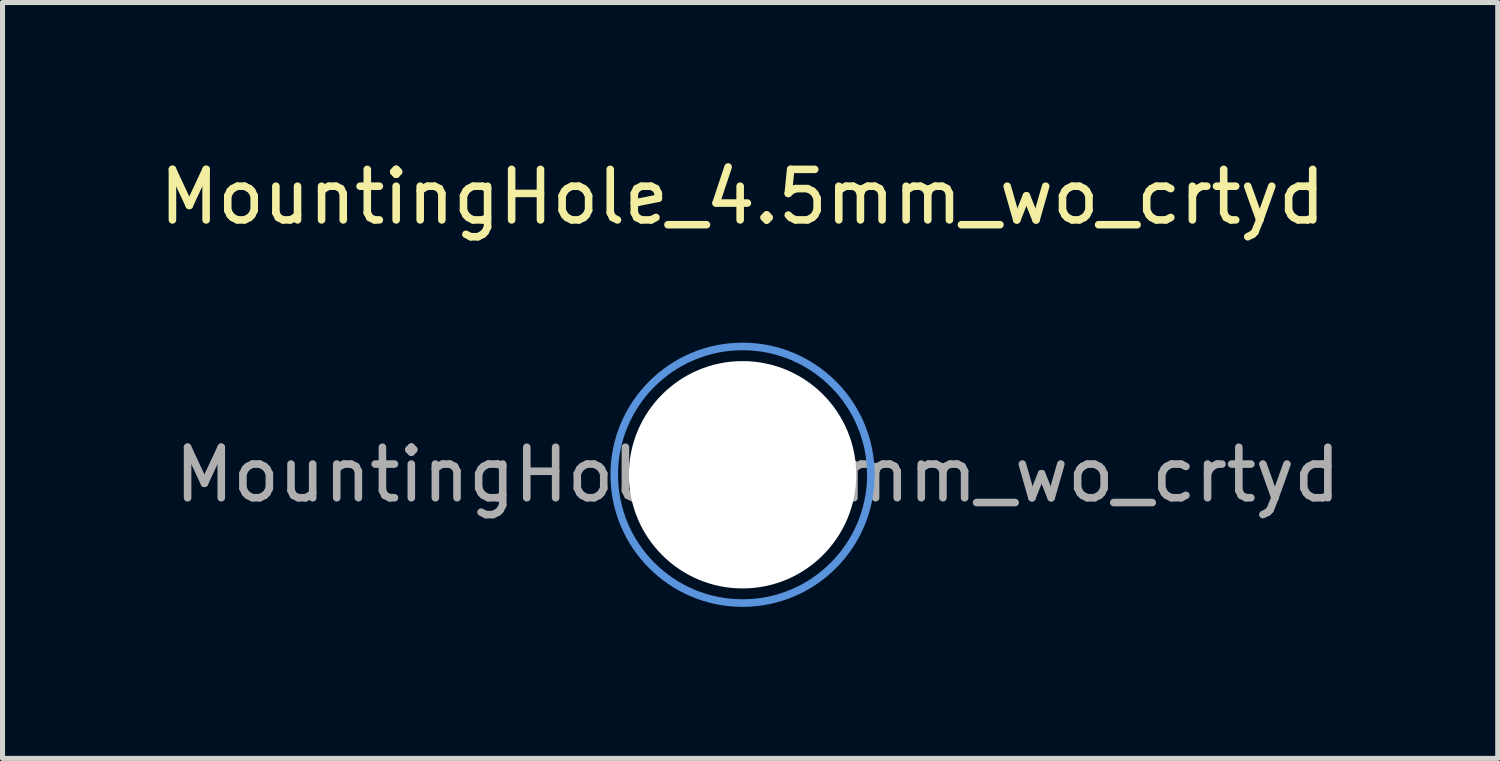
<source format=kicad_pcb>
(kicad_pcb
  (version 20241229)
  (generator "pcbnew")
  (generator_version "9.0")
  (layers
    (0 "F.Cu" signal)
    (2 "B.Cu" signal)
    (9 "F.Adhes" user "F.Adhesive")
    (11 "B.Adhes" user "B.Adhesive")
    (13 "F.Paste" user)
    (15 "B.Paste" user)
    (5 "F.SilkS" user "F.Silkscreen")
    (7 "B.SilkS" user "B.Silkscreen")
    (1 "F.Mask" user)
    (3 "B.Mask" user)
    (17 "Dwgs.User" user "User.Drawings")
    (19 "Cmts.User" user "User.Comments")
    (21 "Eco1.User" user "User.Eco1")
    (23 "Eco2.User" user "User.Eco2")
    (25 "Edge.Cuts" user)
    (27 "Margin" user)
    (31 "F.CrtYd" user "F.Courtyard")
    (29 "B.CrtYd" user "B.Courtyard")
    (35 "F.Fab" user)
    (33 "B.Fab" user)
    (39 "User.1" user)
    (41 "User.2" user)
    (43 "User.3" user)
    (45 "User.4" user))
  (footprint "MountingHole_4.5mm_wo_crtyd"
    (layer "F.Cu")
    (at 11.649 6.348)
    (property "Reference" "MountingHole_4.5mm_wo_crtyd" (at 0 -5.5 0) (layer "F.SilkS") (effects (font (size 1 1) (thickness 0.15))))
    (attr exclude_from_pos_files exclude_from_bom)
    (fp_circle (center 0 0) (end 2.54 0) (stroke (width 0.15) (type solid)) (fill no) (layer "Cmts.User"))
    (fp_circle (center 0 0) (end 2.54 0) (stroke (width 0.05) (type solid)) (fill no) (layer "F.CrtYd"))
    (fp_text user "${REFERENCE}" (at 0.3 0 0) (layer "F.Fab") (effects (font (size 1 1) (thickness 0.15))))
    (pad "" np_thru_hole circle (at 0 0) (size 4.5 4.5) (drill 4.5) (layers "*.Cu" "*.Mask")))
  (gr_rect
    (start -3 -3)
    (end 26.598 11.963)
    (stroke (width 0.1) (type default))
    (fill no)
    (layer "Edge.Cuts")))
</source>
